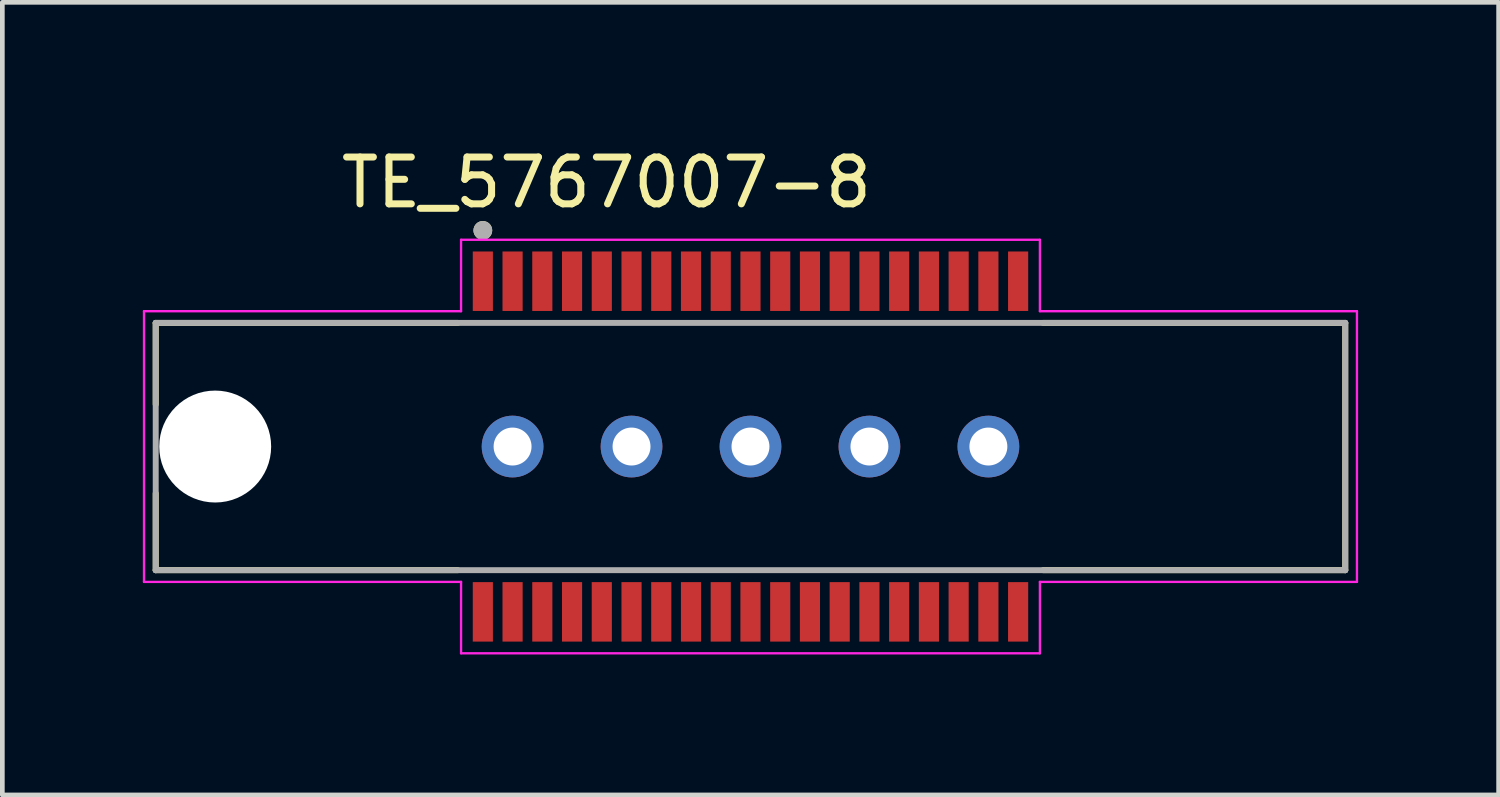
<source format=kicad_pcb>
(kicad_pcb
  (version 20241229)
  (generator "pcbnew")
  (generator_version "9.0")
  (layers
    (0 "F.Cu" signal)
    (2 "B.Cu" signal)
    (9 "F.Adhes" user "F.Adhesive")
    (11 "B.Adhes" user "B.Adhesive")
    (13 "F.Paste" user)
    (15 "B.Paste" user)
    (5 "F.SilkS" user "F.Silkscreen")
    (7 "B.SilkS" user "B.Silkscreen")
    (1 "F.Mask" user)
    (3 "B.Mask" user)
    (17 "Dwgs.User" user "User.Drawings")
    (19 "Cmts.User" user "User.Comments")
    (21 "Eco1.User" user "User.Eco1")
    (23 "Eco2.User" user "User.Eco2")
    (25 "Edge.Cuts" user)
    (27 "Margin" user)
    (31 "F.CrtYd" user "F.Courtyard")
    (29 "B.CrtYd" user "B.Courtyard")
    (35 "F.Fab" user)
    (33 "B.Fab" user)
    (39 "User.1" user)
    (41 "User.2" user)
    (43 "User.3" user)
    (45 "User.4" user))
  (footprint "TE_5767007-8"
    (layer "F.Cu")
    (at 12.975 6.485)
    (property "Reference" "TE_5767007-8" (at -3.076 -5.637 0) (layer "F.SilkS") (effects (font (size 1 1) (thickness 0.15))))
    (attr smd)
    (fp_line (start -12.7 -2.64) (end -12.7 -0.9) (stroke (width 0.127) (type solid)) (layer "F.SilkS"))
    (fp_line (start -12.7 1) (end -12.7 2.64) (stroke (width 0.127) (type solid)) (layer "F.SilkS"))
    (fp_line (start -12.7 2.64) (end -6.25 2.64) (stroke (width 0.127) (type solid)) (layer "F.SilkS"))
    (fp_line (start -6.25 -2.64) (end -12.7 -2.64) (stroke (width 0.127) (type solid)) (layer "F.SilkS"))
    (fp_line (start 6.25 2.64) (end 12.7 2.64) (stroke (width 0.127) (type solid)) (layer "F.SilkS"))
    (fp_line (start 12.7 -2.64) (end 6.25 -2.64) (stroke (width 0.127) (type solid)) (layer "F.SilkS"))
    (fp_line (start 12.7 2.64) (end 12.7 -2.64) (stroke (width 0.127) (type solid)) (layer "F.SilkS"))
    (fp_circle (center -5.715 -4.615) (end -5.615 -4.615) (stroke (width 0.2) (type solid)) (fill no) (layer "F.SilkS"))
    (fp_line (start -12.95 -2.89) (end -12.95 2.89) (stroke (width 0.05) (type solid)) (layer "F.CrtYd"))
    (fp_line (start -12.95 2.89) (end -6.18 2.89) (stroke (width 0.05) (type solid)) (layer "F.CrtYd"))
    (fp_line (start -6.18 -4.415) (end -6.18 -2.89) (stroke (width 0.05) (type solid)) (layer "F.CrtYd"))
    (fp_line (start -6.18 -2.89) (end -12.95 -2.89) (stroke (width 0.05) (type solid)) (layer "F.CrtYd"))
    (fp_line (start -6.18 2.89) (end -6.18 4.415) (stroke (width 0.05) (type solid)) (layer "F.CrtYd"))
    (fp_line (start -6.18 4.415) (end 6.18 4.415) (stroke (width 0.05) (type solid)) (layer "F.CrtYd"))
    (fp_line (start 6.18 -4.415) (end -6.18 -4.415) (stroke (width 0.05) (type solid)) (layer "F.CrtYd"))
    (fp_line (start 6.18 -2.89) (end 6.18 -4.415) (stroke (width 0.05) (type solid)) (layer "F.CrtYd"))
    (fp_line (start 6.18 2.89) (end 12.95 2.89) (stroke (width 0.05) (type solid)) (layer "F.CrtYd"))
    (fp_line (start 6.18 4.415) (end 6.18 2.89) (stroke (width 0.05) (type solid)) (layer "F.CrtYd"))
    (fp_line (start 12.95 -2.89) (end 6.18 -2.89) (stroke (width 0.05) (type solid)) (layer "F.CrtYd"))
    (fp_line (start 12.95 2.89) (end 12.95 -2.89) (stroke (width 0.05) (type solid)) (layer "F.CrtYd"))
    (fp_line (start -12.7 -2.64) (end -12.7 2.64) (stroke (width 0.127) (type solid)) (layer "F.Fab"))
    (fp_line (start -12.7 2.64) (end 12.7 2.64) (stroke (width 0.127) (type solid)) (layer "F.Fab"))
    (fp_line (start 12.7 -2.64) (end -12.7 -2.64) (stroke (width 0.127) (type solid)) (layer "F.Fab"))
    (fp_line (start 12.7 2.64) (end 12.7 -2.64) (stroke (width 0.127) (type solid)) (layer "F.Fab"))
    (fp_circle (center -5.715 -4.615) (end -5.615 -4.615) (stroke (width 0.2) (type solid)) (fill no) (layer "F.Fab"))
    (pad "" np_thru_hole circle (at -11.43 0) (size 2.39 2.39) (drill 2.39) (layers "*.Cu" "*.Mask"))
    (pad "1" smd rect (at -5.715 -3.53) (size 0.43 1.27) (layers "F.Cu" "F.Mask" "F.Paste"))
    (pad "2" smd rect (at -5.715 3.53) (size 0.43 1.27) (layers "F.Cu" "F.Mask" "F.Paste"))
    (pad "3" smd rect (at -5.08 -3.53) (size 0.43 1.27) (layers "F.Cu" "F.Mask" "F.Paste"))
    (pad "4" smd rect (at -5.08 3.53) (size 0.43 1.27) (layers "F.Cu" "F.Mask" "F.Paste"))
    (pad "5" smd rect (at -4.445 -3.53) (size 0.43 1.27) (layers "F.Cu" "F.Mask" "F.Paste"))
    (pad "6" smd rect (at -4.445 3.53) (size 0.43 1.27) (layers "F.Cu" "F.Mask" "F.Paste"))
    (pad "7" smd rect (at -3.81 -3.53) (size 0.43 1.27) (layers "F.Cu" "F.Mask" "F.Paste"))
    (pad "8" smd rect (at -3.81 3.53) (size 0.43 1.27) (layers "F.Cu" "F.Mask" "F.Paste"))
    (pad "9" smd rect (at -3.175 -3.53) (size 0.43 1.27) (layers "F.Cu" "F.Mask" "F.Paste"))
    (pad "10" smd rect (at -3.175 3.53) (size 0.43 1.27) (layers "F.Cu" "F.Mask" "F.Paste"))
    (pad "11" smd rect (at -2.54 -3.53) (size 0.43 1.27) (layers "F.Cu" "F.Mask" "F.Paste"))
    (pad "12" smd rect (at -2.54 3.53) (size 0.43 1.27) (layers "F.Cu" "F.Mask" "F.Paste"))
    (pad "13" smd rect (at -1.905 -3.53) (size 0.43 1.27) (layers "F.Cu" "F.Mask" "F.Paste"))
    (pad "14" smd rect (at -1.905 3.53) (size 0.43 1.27) (layers "F.Cu" "F.Mask" "F.Paste"))
    (pad "15" smd rect (at -1.27 -3.53) (size 0.43 1.27) (layers "F.Cu" "F.Mask" "F.Paste"))
    (pad "16" smd rect (at -1.27 3.53) (size 0.43 1.27) (layers "F.Cu" "F.Mask" "F.Paste"))
    (pad "17" smd rect (at -0.635 -3.53) (size 0.43 1.27) (layers "F.Cu" "F.Mask" "F.Paste"))
    (pad "18" smd rect (at -0.635 3.53) (size 0.43 1.27) (layers "F.Cu" "F.Mask" "F.Paste"))
    (pad "19" smd rect (at 0 -3.53) (size 0.43 1.27) (layers "F.Cu" "F.Mask" "F.Paste"))
    (pad "20" smd rect (at 0 3.53) (size 0.43 1.27) (layers "F.Cu" "F.Mask" "F.Paste"))
    (pad "21" smd rect (at 0.635 -3.53) (size 0.43 1.27) (layers "F.Cu" "F.Mask" "F.Paste"))
    (pad "22" smd rect (at 0.635 3.53) (size 0.43 1.27) (layers "F.Cu" "F.Mask" "F.Paste"))
    (pad "23" smd rect (at 1.27 -3.53) (size 0.43 1.27) (layers "F.Cu" "F.Mask" "F.Paste"))
    (pad "24" smd rect (at 1.27 3.53) (size 0.43 1.27) (layers "F.Cu" "F.Mask" "F.Paste"))
    (pad "25" smd rect (at 1.905 -3.53) (size 0.43 1.27) (layers "F.Cu" "F.Mask" "F.Paste"))
    (pad "26" smd rect (at 1.905 3.53) (size 0.43 1.27) (layers "F.Cu" "F.Mask" "F.Paste"))
    (pad "27" smd rect (at 2.54 -3.53) (size 0.43 1.27) (layers "F.Cu" "F.Mask" "F.Paste"))
    (pad "28" smd rect (at 2.54 3.53) (size 0.43 1.27) (layers "F.Cu" "F.Mask" "F.Paste"))
    (pad "29" smd rect (at 3.175 -3.53) (size 0.43 1.27) (layers "F.Cu" "F.Mask" "F.Paste"))
    (pad "30" smd rect (at 3.175 3.53) (size 0.43 1.27) (layers "F.Cu" "F.Mask" "F.Paste"))
    (pad "31" smd rect (at 3.81 -3.53) (size 0.43 1.27) (layers "F.Cu" "F.Mask" "F.Paste"))
    (pad "32" smd rect (at 3.81 3.53) (size 0.43 1.27) (layers "F.Cu" "F.Mask" "F.Paste"))
    (pad "33" smd rect (at 4.445 -3.53) (size 0.43 1.27) (layers "F.Cu" "F.Mask" "F.Paste"))
    (pad "34" smd rect (at 4.445 3.53) (size 0.43 1.27) (layers "F.Cu" "F.Mask" "F.Paste"))
    (pad "35" smd rect (at 5.08 -3.53) (size 0.43 1.27) (layers "F.Cu" "F.Mask" "F.Paste"))
    (pad "36" smd rect (at 5.08 3.53) (size 0.43 1.27) (layers "F.Cu" "F.Mask" "F.Paste"))
    (pad "37" smd rect (at 5.715 -3.53) (size 0.43 1.27) (layers "F.Cu" "F.Mask" "F.Paste"))
    (pad "38" smd rect (at 5.715 3.53) (size 0.43 1.27) (layers "F.Cu" "F.Mask" "F.Paste"))
    (pad "S1" thru_hole circle (at -5.08 0) (size 1.318 1.318) (drill 0.81) (layers "*.Cu" "*.Mask"))
    (pad "S2" thru_hole circle (at -2.54 0) (size 1.318 1.318) (drill 0.81) (layers "*.Cu" "*.Mask"))
    (pad "S3" thru_hole circle (at 0 0) (size 1.318 1.318) (drill 0.81) (layers "*.Cu" "*.Mask"))
    (pad "S4" thru_hole circle (at 2.54 0) (size 1.318 1.318) (drill 0.81) (layers "*.Cu" "*.Mask"))
    (pad "S5" thru_hole circle (at 5.08 0) (size 1.318 1.318) (drill 0.81) (layers "*.Cu" "*.Mask")))
  (gr_rect
    (start -3 -3)
    (end 28.95 13.925)
    (stroke (width 0.1) (type default))
    (fill no)
    (layer "Edge.Cuts")))
</source>
